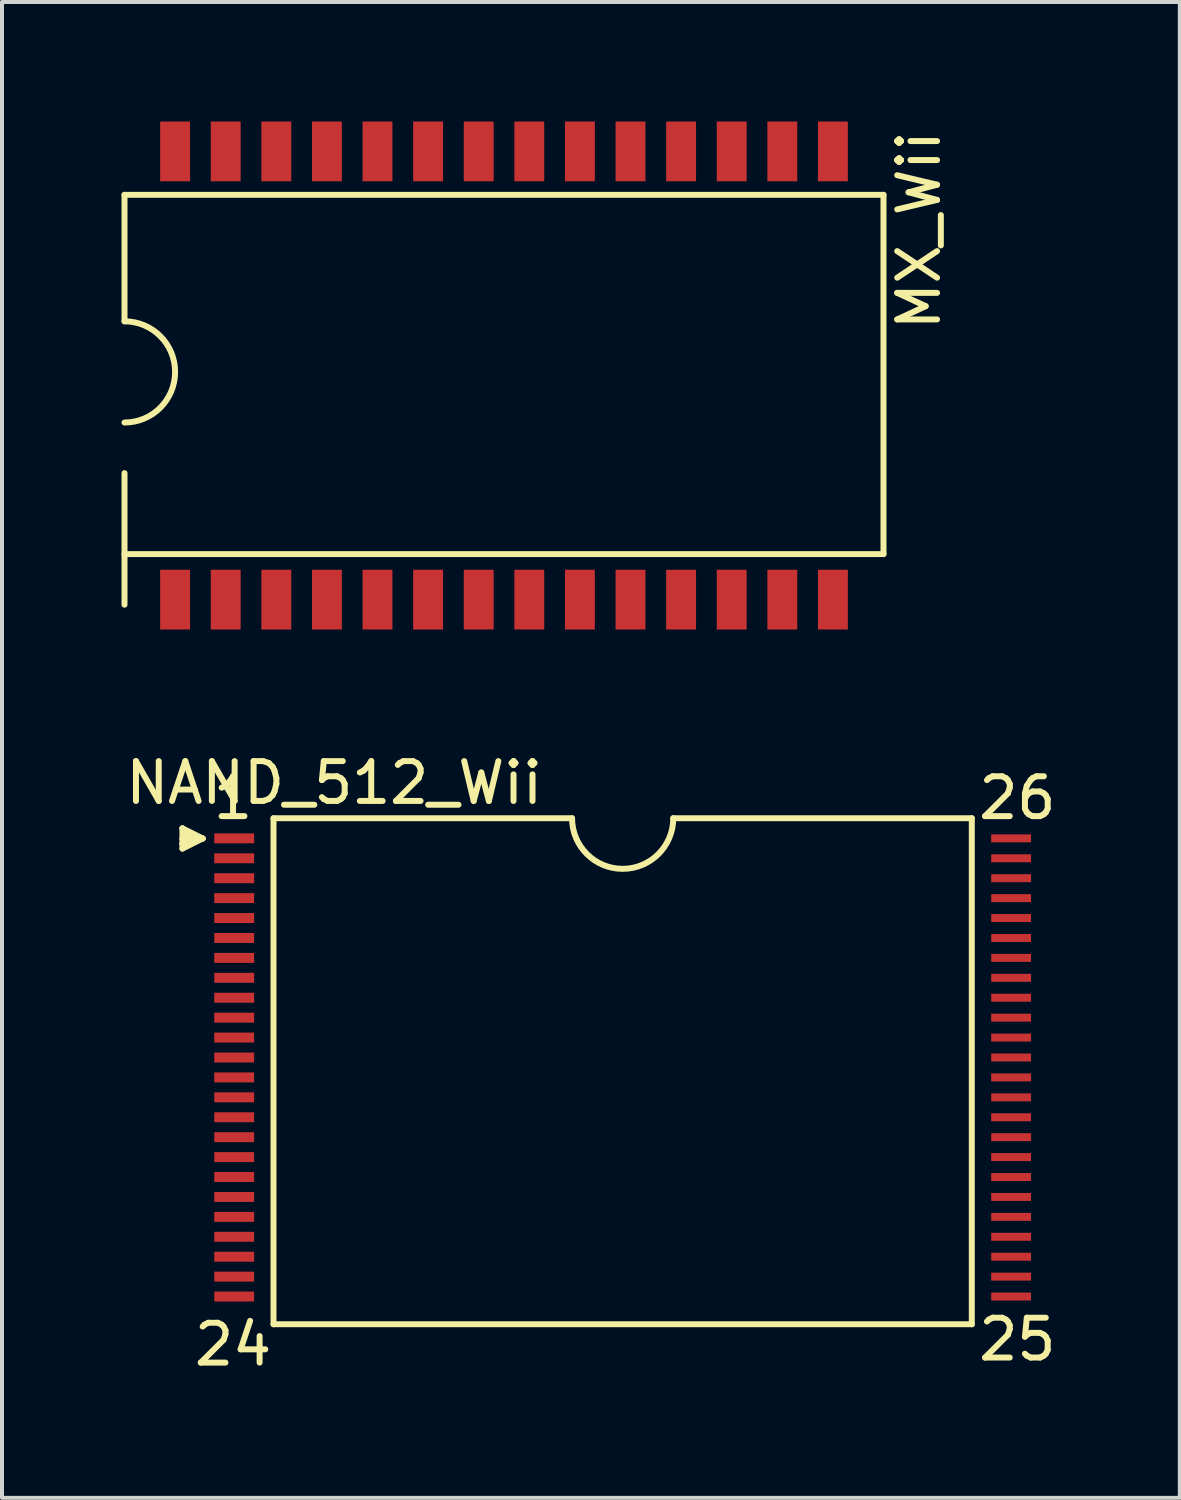
<source format=kicad_pcb>
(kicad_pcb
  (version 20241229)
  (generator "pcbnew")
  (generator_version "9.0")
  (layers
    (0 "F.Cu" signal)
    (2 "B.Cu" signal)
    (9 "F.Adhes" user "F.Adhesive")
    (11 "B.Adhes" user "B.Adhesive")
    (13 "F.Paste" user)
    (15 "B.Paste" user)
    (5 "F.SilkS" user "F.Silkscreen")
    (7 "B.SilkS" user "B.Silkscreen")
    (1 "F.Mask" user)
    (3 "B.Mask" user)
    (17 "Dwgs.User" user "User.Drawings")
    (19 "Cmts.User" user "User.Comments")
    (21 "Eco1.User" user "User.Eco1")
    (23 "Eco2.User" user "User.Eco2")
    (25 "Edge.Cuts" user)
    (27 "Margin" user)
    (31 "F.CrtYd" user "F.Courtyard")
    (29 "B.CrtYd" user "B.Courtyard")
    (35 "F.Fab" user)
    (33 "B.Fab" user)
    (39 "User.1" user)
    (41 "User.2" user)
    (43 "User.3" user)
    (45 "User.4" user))
  (footprint "MX_Wii"
    (layer "F.Cu")
    (at 1.345 12)
    (property "Reference" "MX_Wii" (at 18.669 -9.271 90) (layer "F.SilkS") (effects (font (size 1 1) (thickness 0.15))))
    (attr through_hole)
    (fp_line (start -1.27 -10.16) (end -1.27 -6.985) (stroke (width 0.15) (type solid)) (layer "F.SilkS"))
    (fp_line (start -1.27 -1.143) (end 17.78 -1.143) (stroke (width 0.15) (type solid)) (layer "F.SilkS"))
    (fp_line (start -1.27 0.127) (end -1.27 -3.175) (stroke (width 0.15) (type solid)) (layer "F.SilkS"))
    (fp_line (start 17.78 -10.16) (end -1.27 -10.16) (stroke (width 0.15) (type solid)) (layer "F.SilkS"))
    (fp_line (start 17.78 -1.143) (end 17.78 -10.16) (stroke (width 0.15) (type solid)) (layer "F.SilkS"))
    (fp_arc (start -1.27 -6.985) (mid 0 -5.715) (end -1.27 -4.445) (stroke (width 0.15) (type solid)) (layer "F.SilkS"))
    (pad "1" smd rect (at 0 0) (size 0.75 1.5) (layers "F.Cu" "F.Mask" "F.Paste"))
    (pad "2" smd rect (at 1.27 0) (size 0.75 1.5) (layers "F.Cu" "F.Mask" "F.Paste"))
    (pad "3" smd rect (at 2.54 0) (size 0.75 1.5) (layers "F.Cu" "F.Mask" "F.Paste"))
    (pad "4" smd rect (at 3.81 0) (size 0.75 1.5) (layers "F.Cu" "F.Mask" "F.Paste"))
    (pad "5" smd rect (at 5.08 0) (size 0.75 1.5) (layers "F.Cu" "F.Mask" "F.Paste"))
    (pad "6" smd rect (at 6.35 0) (size 0.75 1.5) (layers "F.Cu" "F.Mask" "F.Paste"))
    (pad "7" smd rect (at 7.62 0) (size 0.75 1.5) (layers "F.Cu" "F.Mask" "F.Paste"))
    (pad "8" smd rect (at 8.89 0) (size 0.75 1.5) (layers "F.Cu" "F.Mask" "F.Paste"))
    (pad "9" smd rect (at 10.16 0) (size 0.75 1.5) (layers "F.Cu" "F.Mask" "F.Paste"))
    (pad "10" smd rect (at 11.43 0) (size 0.75 1.5) (layers "F.Cu" "F.Mask" "F.Paste"))
    (pad "11" smd rect (at 12.7 0) (size 0.75 1.5) (layers "F.Cu" "F.Mask" "F.Paste"))
    (pad "12" smd rect (at 13.97 0) (size 0.75 1.5) (layers "F.Cu" "F.Mask" "F.Paste"))
    (pad "13" smd rect (at 15.24 0) (size 0.75 1.5) (layers "F.Cu" "F.Mask" "F.Paste"))
    (pad "14" smd rect (at 16.51 0) (size 0.75 1.5) (layers "F.Cu" "F.Mask" "F.Paste"))
    (pad "15" smd rect (at 16.51 -11.25) (size 0.75 1.5) (layers "F.Cu" "F.Mask" "F.Paste"))
    (pad "16" smd rect (at 15.24 -11.25) (size 0.75 1.5) (layers "F.Cu" "F.Mask" "F.Paste"))
    (pad "17" smd rect (at 13.97 -11.25) (size 0.75 1.5) (layers "F.Cu" "F.Mask" "F.Paste"))
    (pad "18" smd rect (at 12.7 -11.25) (size 0.75 1.5) (layers "F.Cu" "F.Mask" "F.Paste"))
    (pad "19" smd rect (at 11.43 -11.25) (size 0.75 1.5) (layers "F.Cu" "F.Mask" "F.Paste"))
    (pad "20" smd rect (at 10.16 -11.25) (size 0.75 1.5) (layers "F.Cu" "F.Mask" "F.Paste"))
    (pad "21" smd rect (at 8.89 -11.25) (size 0.75 1.5) (layers "F.Cu" "F.Mask" "F.Paste"))
    (pad "22" smd rect (at 7.62 -11.25) (size 0.75 1.5) (layers "F.Cu" "F.Mask" "F.Paste"))
    (pad "23" smd rect (at 6.35 -11.25) (size 0.75 1.5) (layers "F.Cu" "F.Mask" "F.Paste"))
    (pad "24" smd rect (at 5.08 -11.25) (size 0.75 1.5) (layers "F.Cu" "F.Mask" "F.Paste"))
    (pad "25" smd rect (at 3.81 -11.25) (size 0.75 1.5) (layers "F.Cu" "F.Mask" "F.Paste"))
    (pad "26" smd rect (at 2.54 -11.25) (size 0.75 1.5) (layers "F.Cu" "F.Mask" "F.Paste"))
    (pad "27" smd rect (at 1.27 -11.25) (size 0.75 1.5) (layers "F.Cu" "F.Mask" "F.Paste"))
    (pad "28" smd rect (at 0 -11.25) (size 0.75 1.5) (layers "F.Cu" "F.Mask" "F.Paste")))
  (footprint "NAND_512_Wii"
    (layer "F.Cu")
    (at 12.578 23.837)
    (property "Reference" "NAND_512_Wii" (at -7.239 -7.239 0) (layer "F.SilkS") (effects (font (size 1 1) (thickness 0.15))))
    (attr through_hole)
    (fp_line (start -11.049 -6.096) (end -10.795 -5.842) (stroke (width 0.15) (type solid)) (layer "F.SilkS"))
    (fp_line (start -11.049 -6.096) (end -10.541 -5.842) (stroke (width 0.15) (type solid)) (layer "F.SilkS"))
    (fp_line (start -11.049 -5.715) (end -11.049 -6.096) (stroke (width 0.15) (type solid)) (layer "F.SilkS"))
    (fp_line (start -11.049 -5.715) (end -11.049 -5.588) (stroke (width 0.15) (type solid)) (layer "F.SilkS"))
    (fp_line (start -11.049 -5.588) (end -10.541 -5.842) (stroke (width 0.15) (type solid)) (layer "F.SilkS"))
    (fp_line (start -10.795 -5.842) (end -11.049 -5.842) (stroke (width 0.15) (type solid)) (layer "F.SilkS"))
    (fp_line (start -10.541 -5.842) (end -11.049 -5.715) (stroke (width 0.15) (type solid)) (layer "F.SilkS"))
    (fp_line (start -8.763 -6.35) (end -8.763 6.35) (stroke (width 0.15) (type solid)) (layer "F.SilkS"))
    (fp_line (start -8.763 -6.35) (end -1.27 -6.35) (stroke (width 0.15) (type solid)) (layer "F.SilkS"))
    (fp_line (start -8.763 6.35) (end 8.763 6.35) (stroke (width 0.15) (type solid)) (layer "F.SilkS"))
    (fp_line (start 1.27 -6.35) (end 8.763 -6.35) (stroke (width 0.15) (type solid)) (layer "F.SilkS"))
    (fp_line (start 8.763 6.35) (end 8.763 -6.35) (stroke (width 0.15) (type solid)) (layer "F.SilkS"))
    (fp_arc (start 1.27 -6.35) (mid 0 -5.08) (end -1.27 -6.35) (stroke (width 0.15) (type solid)) (layer "F.SilkS"))
    (fp_text user "25" (at 9.906 6.731 0) (layer "F.SilkS") (effects (font (size 1 1) (thickness 0.15))))
    (fp_text user "24" (at -9.779 6.858 0) (layer "F.SilkS") (effects (font (size 1 1) (thickness 0.15))))
    (fp_text user "26" (at 9.906 -6.858 0) (layer "F.SilkS") (effects (font (size 1 1) (thickness 0.15))))
    (fp_text user "1" (at -9.779 -6.858 0) (layer "F.SilkS") (effects (font (size 1 1) (thickness 0.15))))
    (pad "1" smd rect (at -9.75 -5.845) (size 1 0.25) (layers "F.Cu" "F.Mask" "F.Paste"))
    (pad "2" smd rect (at -9.75 -5.345) (size 1 0.25) (layers "F.Cu" "F.Mask" "F.Paste"))
    (pad "3" smd rect (at -9.75 -4.845) (size 1 0.25) (layers "F.Cu" "F.Mask" "F.Paste"))
    (pad "4" smd rect (at -9.75 -4.345) (size 1 0.25) (layers "F.Cu" "F.Mask" "F.Paste"))
    (pad "5" smd rect (at -9.75 -3.845) (size 1 0.25) (layers "F.Cu" "F.Mask" "F.Paste"))
    (pad "6" smd rect (at -9.75 -3.345) (size 1 0.25) (layers "F.Cu" "F.Mask" "F.Paste"))
    (pad "7" smd rect (at -9.75 -2.845) (size 1 0.25) (layers "F.Cu" "F.Mask" "F.Paste"))
    (pad "8" smd rect (at -9.75 -2.345) (size 1 0.25) (layers "F.Cu" "F.Mask" "F.Paste"))
    (pad "9" smd rect (at -9.75 -1.845) (size 1 0.25) (layers "F.Cu" "F.Mask" "F.Paste"))
    (pad "10" smd rect (at -9.75 -1.345) (size 1 0.25) (layers "F.Cu" "F.Mask" "F.Paste"))
    (pad "11" smd rect (at -9.75 -0.845) (size 1 0.25) (layers "F.Cu" "F.Mask" "F.Paste"))
    (pad "12" smd rect (at -9.75 -0.345) (size 1 0.25) (layers "F.Cu" "F.Mask" "F.Paste"))
    (pad "13" smd rect (at -9.75 0.155) (size 1 0.25) (layers "F.Cu" "F.Mask" "F.Paste"))
    (pad "14" smd rect (at -9.75 0.655) (size 1 0.25) (layers "F.Cu" "F.Mask" "F.Paste"))
    (pad "15" smd rect (at -9.75 1.155) (size 1 0.25) (layers "F.Cu" "F.Mask" "F.Paste"))
    (pad "16" smd rect (at -9.75 1.655) (size 1 0.25) (layers "F.Cu" "F.Mask" "F.Paste"))
    (pad "17" smd rect (at -9.75 2.155) (size 1 0.25) (layers "F.Cu" "F.Mask" "F.Paste"))
    (pad "18" smd rect (at -9.75 2.655) (size 1 0.25) (layers "F.Cu" "F.Mask" "F.Paste"))
    (pad "19" smd rect (at -9.75 3.155) (size 1 0.25) (layers "F.Cu" "F.Mask" "F.Paste"))
    (pad "20" smd rect (at -9.75 3.655) (size 1 0.25) (layers "F.Cu" "F.Mask" "F.Paste"))
    (pad "21" smd rect (at -9.75 4.155) (size 1 0.25) (layers "F.Cu" "F.Mask" "F.Paste"))
    (pad "22" smd rect (at -9.75 4.655) (size 1 0.25) (layers "F.Cu" "F.Mask" "F.Paste"))
    (pad "23" smd rect (at -9.75 5.155) (size 1 0.25) (layers "F.Cu" "F.Mask" "F.Paste"))
    (pad "24" smd rect (at -9.75 5.655) (size 1 0.25) (layers "F.Cu" "F.Mask" "F.Paste"))
    (pad "25" smd rect (at 9.75 5.655) (size 1 0.2) (layers "F.Cu" "F.Mask" "F.Paste"))
    (pad "26" smd rect (at 9.75 5.155) (size 1 0.2) (layers "F.Cu" "F.Mask" "F.Paste"))
    (pad "27" smd rect (at 9.75 4.655) (size 1 0.2) (layers "F.Cu" "F.Mask" "F.Paste"))
    (pad "28" smd rect (at 9.75 4.155) (size 1 0.2) (layers "F.Cu" "F.Mask" "F.Paste"))
    (pad "29" smd rect (at 9.75 3.655) (size 1 0.2) (layers "F.Cu" "F.Mask" "F.Paste"))
    (pad "30" smd rect (at 9.75 3.155) (size 1 0.2) (layers "F.Cu" "F.Mask" "F.Paste"))
    (pad "31" smd rect (at 9.75 2.655) (size 1 0.2) (layers "F.Cu" "F.Mask" "F.Paste"))
    (pad "32" smd rect (at 9.75 2.155) (size 1 0.2) (layers "F.Cu" "F.Mask" "F.Paste"))
    (pad "33" smd rect (at 9.75 1.655) (size 1 0.2) (layers "F.Cu" "F.Mask" "F.Paste"))
    (pad "34" smd rect (at 9.75 1.155) (size 1 0.2) (layers "F.Cu" "F.Mask" "F.Paste"))
    (pad "35" smd rect (at 9.75 0.655) (size 1 0.2) (layers "F.Cu" "F.Mask" "F.Paste"))
    (pad "36" smd rect (at 9.75 0.155) (size 1 0.2) (layers "F.Cu" "F.Mask" "F.Paste"))
    (pad "37" smd rect (at 9.75 -0.345) (size 1 0.2) (layers "F.Cu" "F.Mask" "F.Paste"))
    (pad "38" smd rect (at 9.75 -0.845) (size 1 0.2) (layers "F.Cu" "F.Mask" "F.Paste"))
    (pad "39" smd rect (at 9.75 -1.345) (size 1 0.2) (layers "F.Cu" "F.Mask" "F.Paste"))
    (pad "40" smd rect (at 9.75 -1.845) (size 1 0.2) (layers "F.Cu" "F.Mask" "F.Paste"))
    (pad "41" smd rect (at 9.75 -2.345) (size 1 0.2) (layers "F.Cu" "F.Mask" "F.Paste"))
    (pad "42" smd rect (at 9.75 -2.845) (size 1 0.2) (layers "F.Cu" "F.Mask" "F.Paste"))
    (pad "43" smd rect (at 9.75 -3.345) (size 1 0.2) (layers "F.Cu" "F.Mask" "F.Paste"))
    (pad "44" smd rect (at 9.75 -3.845) (size 1 0.2) (layers "F.Cu" "F.Mask" "F.Paste"))
    (pad "45" smd rect (at 9.75 -4.345) (size 1 0.2) (layers "F.Cu" "F.Mask" "F.Paste"))
    (pad "46" smd rect (at 9.75 -4.845) (size 1 0.2) (layers "F.Cu" "F.Mask" "F.Paste"))
    (pad "47" smd rect (at 9.75 -5.345) (size 1 0.2) (layers "F.Cu" "F.Mask" "F.Paste"))
    (pad "48" smd rect (at 9.75 -5.845) (size 1 0.2) (layers "F.Cu" "F.Mask" "F.Paste")))
  (gr_rect
    (start -3 -3)
    (end 26.562 34.544)
    (stroke (width 0.1) (type default))
    (fill no)
    (layer "Edge.Cuts")))
</source>
